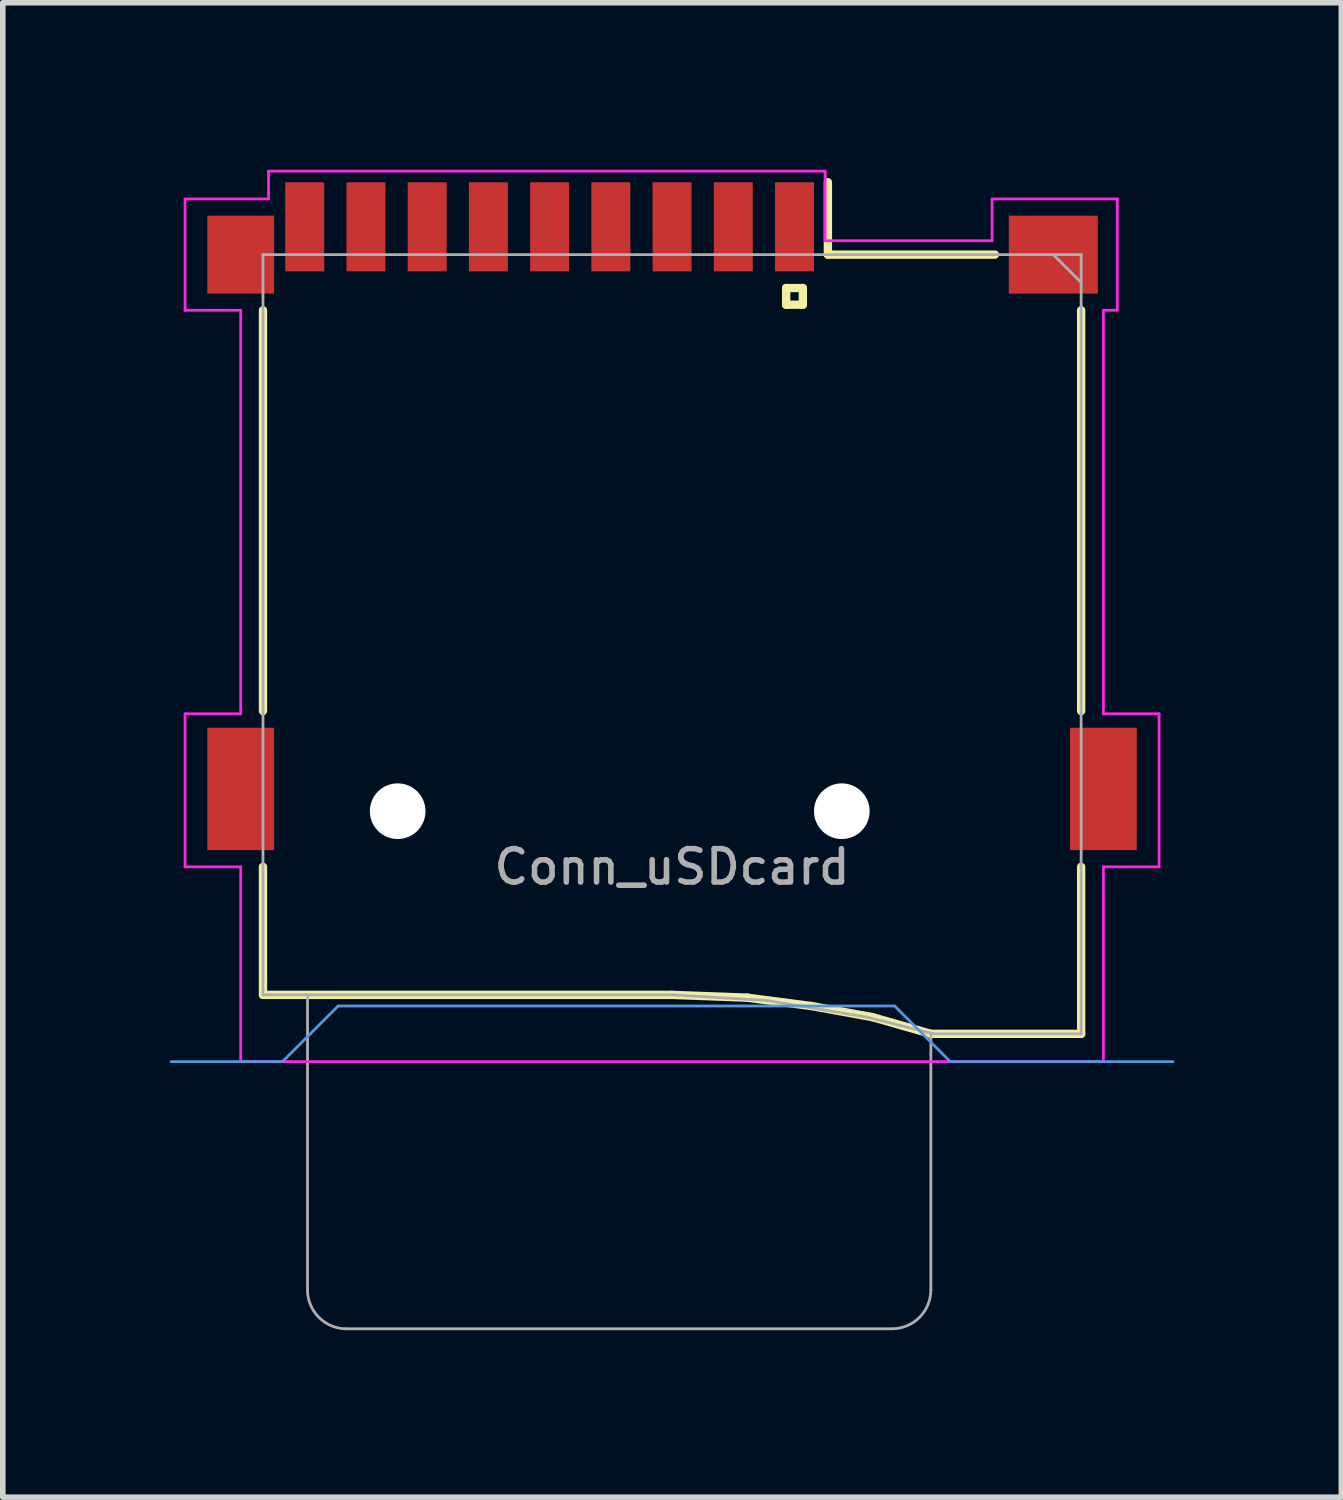
<source format=kicad_pcb>
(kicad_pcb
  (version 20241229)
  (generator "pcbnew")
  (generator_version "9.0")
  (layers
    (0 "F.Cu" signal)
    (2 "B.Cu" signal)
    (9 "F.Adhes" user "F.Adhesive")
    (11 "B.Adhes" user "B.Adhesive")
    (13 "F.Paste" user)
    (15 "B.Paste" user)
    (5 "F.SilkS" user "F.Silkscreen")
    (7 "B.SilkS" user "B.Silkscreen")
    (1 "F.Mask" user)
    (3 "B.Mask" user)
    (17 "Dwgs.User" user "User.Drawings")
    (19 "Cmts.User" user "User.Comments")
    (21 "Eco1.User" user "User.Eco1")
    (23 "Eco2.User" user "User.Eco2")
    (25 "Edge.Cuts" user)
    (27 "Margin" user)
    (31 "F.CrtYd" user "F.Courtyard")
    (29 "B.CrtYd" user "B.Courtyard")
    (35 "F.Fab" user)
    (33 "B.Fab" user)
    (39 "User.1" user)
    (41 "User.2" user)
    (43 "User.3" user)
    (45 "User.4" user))
  (footprint "Conn_uSDcard"
    (layer "F.Cu")
    (at 9.025 11.525)
    (property "Reference" "Conn_uSDcard" (at 0 1 180) (layer "F.Fab") (effects (font (size 0.6 0.6) (thickness 0.1))))
    (attr through_hole)
    (fp_line (start -7.35 -1.8) (end -7.35 -9) (stroke (width 0.15) (type solid)) (layer "F.SilkS"))
    (fp_line (start -7.35 1) (end -7.35 3.3) (stroke (width 0.15) (type solid)) (layer "F.SilkS"))
    (fp_line (start -7.35 3.3) (end 0 3.3) (stroke (width 0.15) (type solid)) (layer "F.SilkS"))
    (fp_line (start 0 3.3) (end 1.35 3.35) (stroke (width 0.15) (type solid)) (layer "F.SilkS"))
    (fp_line (start 1.35 3.35) (end 2.5 3.5) (stroke (width 0.15) (type solid)) (layer "F.SilkS"))
    (fp_line (start 2.05 -9.4) (end 2.05 -9.1) (stroke (width 0.15) (type solid)) (layer "F.SilkS"))
    (fp_line (start 2.05 -9.1) (end 2.35 -9.1) (stroke (width 0.15) (type solid)) (layer "F.SilkS"))
    (fp_line (start 2.35 -9.4) (end 2.05 -9.4) (stroke (width 0.15) (type solid)) (layer "F.SilkS"))
    (fp_line (start 2.35 -9.1) (end 2.35 -9.4) (stroke (width 0.15) (type solid)) (layer "F.SilkS"))
    (fp_line (start 2.5 3.5) (end 3.6 3.7) (stroke (width 0.15) (type solid)) (layer "F.SilkS"))
    (fp_line (start 2.8 -10) (end 2.8 -11.3) (stroke (width 0.15) (type solid)) (layer "F.SilkS"))
    (fp_line (start 2.8 -10) (end 5.8 -10) (stroke (width 0.15) (type solid)) (layer "F.SilkS"))
    (fp_line (start 3.6 3.7) (end 4.65 4) (stroke (width 0.15) (type solid)) (layer "F.SilkS"))
    (fp_line (start 4.65 4) (end 7.35 4) (stroke (width 0.15) (type solid)) (layer "F.SilkS"))
    (fp_line (start 7.35 -9) (end 7.35 -1.8) (stroke (width 0.15) (type solid)) (layer "F.SilkS"))
    (fp_line (start 7.35 4) (end 7.35 1) (stroke (width 0.15) (type solid)) (layer "F.SilkS"))
    (fp_line (start -9 4.5) (end -7 4.5) (stroke (width 0.05) (type solid)) (layer "Cmts.User"))
    (fp_line (start -7 4.5) (end -6 3.5) (stroke (width 0.05) (type solid)) (layer "Cmts.User"))
    (fp_line (start -6 3.5) (end 4 3.5) (stroke (width 0.05) (type solid)) (layer "Cmts.User"))
    (fp_line (start 4 3.5) (end 5 4.5) (stroke (width 0.05) (type solid)) (layer "Cmts.User"))
    (fp_line (start 5 4.5) (end 9 4.5) (stroke (width 0.05) (type solid)) (layer "Cmts.User"))
    (fp_line (start -8.75 -11) (end -7.25 -11) (stroke (width 0.05) (type solid)) (layer "F.CrtYd"))
    (fp_line (start -8.75 -9) (end -8.75 -11) (stroke (width 0.05) (type solid)) (layer "F.CrtYd"))
    (fp_line (start -8.75 -1.75) (end -7.75 -1.75) (stroke (width 0.05) (type solid)) (layer "F.CrtYd"))
    (fp_line (start -8.75 1) (end -8.75 -1.75) (stroke (width 0.05) (type solid)) (layer "F.CrtYd"))
    (fp_line (start -7.75 -9) (end -8.75 -9) (stroke (width 0.05) (type solid)) (layer "F.CrtYd"))
    (fp_line (start -7.75 -1.75) (end -7.75 -9) (stroke (width 0.05) (type solid)) (layer "F.CrtYd"))
    (fp_line (start -7.75 1) (end -8.75 1) (stroke (width 0.05) (type solid)) (layer "F.CrtYd"))
    (fp_line (start -7.75 4.5) (end -7.75 1) (stroke (width 0.05) (type solid)) (layer "F.CrtYd"))
    (fp_line (start -7.75 4.5) (end 7.75 4.5) (stroke (width 0.05) (type solid)) (layer "F.CrtYd"))
    (fp_line (start -7.25 -11.5) (end 2.75 -11.5) (stroke (width 0.05) (type solid)) (layer "F.CrtYd"))
    (fp_line (start -7.25 -11) (end -7.25 -11.5) (stroke (width 0.05) (type solid)) (layer "F.CrtYd"))
    (fp_line (start 2.75 -11.5) (end 2.75 -10.25) (stroke (width 0.05) (type solid)) (layer "F.CrtYd"))
    (fp_line (start 2.75 -10.25) (end 5.75 -10.25) (stroke (width 0.05) (type solid)) (layer "F.CrtYd"))
    (fp_line (start 5.75 -11) (end 8 -11) (stroke (width 0.05) (type solid)) (layer "F.CrtYd"))
    (fp_line (start 5.75 -10.25) (end 5.75 -11) (stroke (width 0.05) (type solid)) (layer "F.CrtYd"))
    (fp_line (start 7.75 -9) (end 7.75 -1.75) (stroke (width 0.05) (type solid)) (layer "F.CrtYd"))
    (fp_line (start 7.75 -1.75) (end 8.75 -1.75) (stroke (width 0.05) (type solid)) (layer "F.CrtYd"))
    (fp_line (start 7.75 1) (end 7.75 4.5) (stroke (width 0.05) (type solid)) (layer "F.CrtYd"))
    (fp_line (start 8 -11) (end 8 -9) (stroke (width 0.05) (type solid)) (layer "F.CrtYd"))
    (fp_line (start 8 -9) (end 7.75 -9) (stroke (width 0.05) (type solid)) (layer "F.CrtYd"))
    (fp_line (start 8.75 -1.75) (end 8.75 1) (stroke (width 0.05) (type solid)) (layer "F.CrtYd"))
    (fp_line (start 8.75 1) (end 7.75 1) (stroke (width 0.05) (type solid)) (layer "F.CrtYd"))
    (fp_line (start -7.35 -10) (end -7.35 3.3) (stroke (width 0.05) (type solid)) (layer "F.Fab"))
    (fp_line (start -7.35 -10) (end 7.35 -10) (stroke (width 0.05) (type solid)) (layer "F.Fab"))
    (fp_line (start -7.35 3.3) (end 0 3.3) (stroke (width 0.05) (type solid)) (layer "F.Fab"))
    (fp_line (start -6.55 8.6) (end -6.55 3.3) (stroke (width 0.05) (type solid)) (layer "F.Fab"))
    (fp_line (start -5.85 9.3) (end 3.95 9.3) (stroke (width 0.05) (type solid)) (layer "F.Fab"))
    (fp_line (start 0 3.3) (end 1.7 3.4) (stroke (width 0.05) (type solid)) (layer "F.Fab"))
    (fp_line (start 1.7 3.4) (end 3.5 3.7) (stroke (width 0.05) (type solid)) (layer "F.Fab"))
    (fp_line (start 3.5 3.7) (end 4.7 4) (stroke (width 0.05) (type solid)) (layer "F.Fab"))
    (fp_line (start 4.65 4) (end 7.35 4) (stroke (width 0.05) (type solid)) (layer "F.Fab"))
    (fp_line (start 4.65 8.6) (end 4.65 4) (stroke (width 0.05) (type solid)) (layer "F.Fab"))
    (fp_line (start 7.35 -10) (end 7.35 4) (stroke (width 0.05) (type solid)) (layer "F.Fab"))
    (fp_line (start 7.35 -9.5) (end 6.85 -10) (stroke (width 0.05) (type solid)) (layer "F.Fab"))
    (fp_arc (start -5.85 9.3) (mid -6.344975 9.094975) (end -6.55 8.6) (stroke (width 0.05) (type solid)) (layer "F.Fab"))
    (fp_arc (start 4.65 8.6) (mid 4.444975 9.094975) (end 3.95 9.3) (stroke (width 0.05) (type solid)) (layer "F.Fab"))
    (fp_text user "${REFERENCE}" (at 2.1 -9.35 180) (layer "Eco1.User") (effects (font (size 0.3 0.3) (thickness 0.03))))
    (pad "" np_thru_hole circle (at -4.93 0) (size 1 1) (drill 1) (layers "*.Cu"))
    (pad "" np_thru_hole circle (at 3.05 0) (size 1 1) (drill 1) (layers "*.Cu"))
    (pad "1" smd rect (at 2.2 -10.5) (size 0.7 1.6) (layers "F.Cu" "F.Mask" "F.Paste"))
    (pad "2" smd rect (at 1.1 -10.5) (size 0.7 1.6) (layers "F.Cu" "F.Mask" "F.Paste"))
    (pad "3" smd rect (at 0 -10.5) (size 0.7 1.6) (layers "F.Cu" "F.Mask" "F.Paste"))
    (pad "4" smd rect (at -1.1 -10.5) (size 0.7 1.6) (layers "F.Cu" "F.Mask" "F.Paste"))
    (pad "5" smd rect (at -2.2 -10.5) (size 0.7 1.6) (layers "F.Cu" "F.Mask" "F.Paste"))
    (pad "6" smd rect (at -7.75 -10) (size 1.2 1.4) (layers "F.Cu" "F.Mask" "F.Paste"))
    (pad "6" smd rect (at -7.75 -0.4) (size 1.2 2.2) (layers "F.Cu" "F.Mask" "F.Paste"))
    (pad "6" smd rect (at -3.3 -10.5) (size 0.7 1.6) (layers "F.Cu" "F.Mask" "F.Paste"))
    (pad "6" smd rect (at 6.85 -10) (size 1.6 1.4) (layers "F.Cu" "F.Mask" "F.Paste"))
    (pad "6" smd rect (at 7.75 -0.4) (size 1.2 2.2) (layers "F.Cu" "F.Mask" "F.Paste"))
    (pad "7" smd rect (at -4.4 -10.5) (size 0.7 1.6) (layers "F.Cu" "F.Mask" "F.Paste"))
    (pad "8" smd rect (at -5.5 -10.5) (size 0.7 1.6) (layers "F.Cu" "F.Mask" "F.Paste"))
    (pad "9" smd rect (at -6.6 -10.5) (size 0.7 1.6) (layers "F.Cu" "F.Mask" "F.Paste")))
  (gr_rect
    (start -3 -3)
    (end 21.05 23.85)
    (stroke (width 0.1) (type default))
    (fill no)
    (layer "Edge.Cuts")))
</source>
